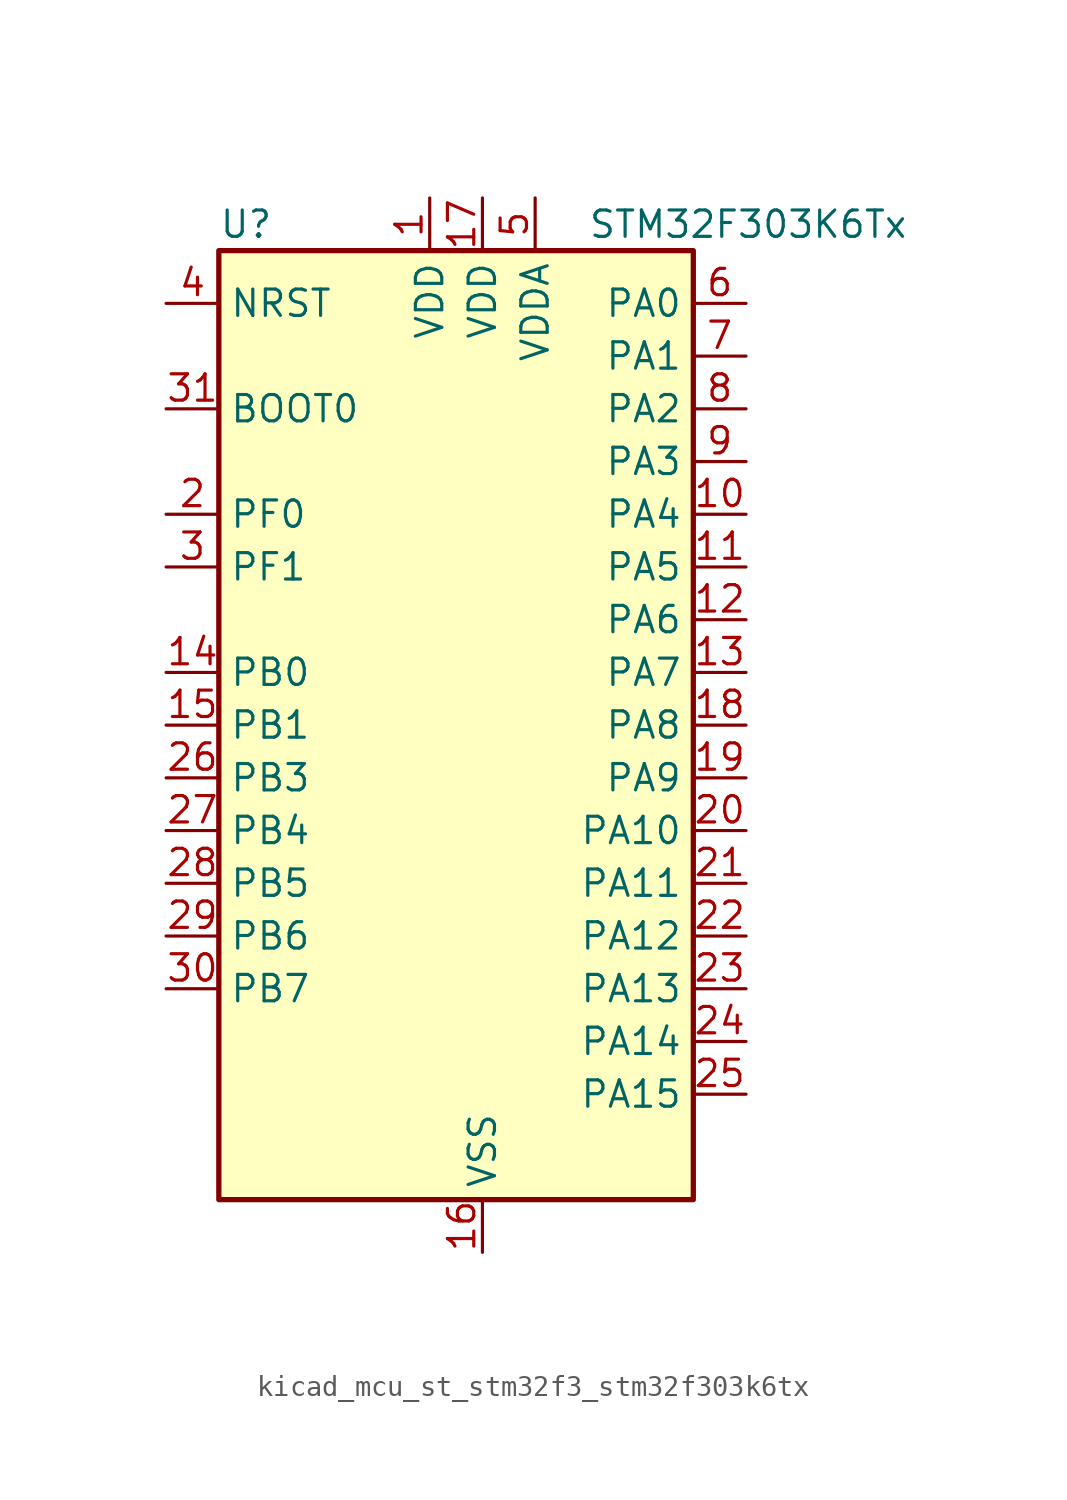
<source format=kicad_sym>
(kicad_symbol_lib
  (version 20220914)
  (generator kicad_symbol_editor)
  (symbol "kicad_mcu_st_stm32f3_stm32f303k6tx"
    (property "Reference" "U"
      (at -10.16 24.13 0)
      (effects (font (size 1.27 1.27)) (justify left)))
    (property "Value" "STM32F303K6Tx"
      (at 7.62 24.13 0)
      (effects (font (size 1.27 1.27)) (justify left)))
    (property "ki_locked" ""
      (at 0 0 0)
      (effects (font (size 1.27 1.27))))
    (symbol "kicad_mcu_st_stm32f3_stm32f303k6tx_0_1"
      (rectangle (start -10.16 -22.86) (end 12.7 22.86) (stroke (width 0.254) (type default)) (fill (type background))))
    (symbol "kicad_mcu_st_stm32f3_stm32f303k6tx_1_1"
      (pin power_in line (at 0 25.4 270) (length 2.54) (name "VDD" (effects (font (size 1.27 1.27)))) (number "1" (effects (font (size 1.27 1.27)))))
      (pin bidirectional line (at 15.24 10.16 180) (length 2.54) (name "PA4" (effects (font (size 1.27 1.27)))) (number "10" (effects (font (size 1.27 1.27)))) (alternate "ADC2_IN1" bidirectional line) (alternate "COMP2_INM" bidirectional line) (alternate "COMP4_INM" bidirectional line) (alternate "DAC1_OUT1" bidirectional line) (alternate "SPI1_NSS" bidirectional line) (alternate "TIM3_CH2" bidirectional line) (alternate "TSC_G2_IO1" bidirectional line) (alternate "USART2_CK" bidirectional line))
      (pin bidirectional line (at 15.24 7.62 180) (length 2.54) (name "PA5" (effects (font (size 1.27 1.27)))) (number "11" (effects (font (size 1.27 1.27)))) (alternate "ADC2_IN2" bidirectional line) (alternate "DAC1_OUT2" bidirectional line) (alternate "OPAMP2_VINM" bidirectional line) (alternate "OPAMP2_VINM_SEC" bidirectional line) (alternate "SPI1_SCK" bidirectional line) (alternate "TIM2_CH1" bidirectional line) (alternate "TIM2_ETR" bidirectional line) (alternate "TSC_G2_IO2" bidirectional line))
      (pin bidirectional line (at 15.24 5.08 180) (length 2.54) (name "PA6" (effects (font (size 1.27 1.27)))) (number "12" (effects (font (size 1.27 1.27)))) (alternate "ADC2_IN3" bidirectional line) (alternate "DAC2_OUT1" bidirectional line) (alternate "OPAMP2_VOUT" bidirectional line) (alternate "SPI1_MISO" bidirectional line) (alternate "TIM16_CH1" bidirectional line) (alternate "TIM1_BKIN" bidirectional line) (alternate "TIM3_CH1" bidirectional line) (alternate "TSC_G2_IO3" bidirectional line))
      (pin bidirectional line (at 15.24 2.54 180) (length 2.54) (name "PA7" (effects (font (size 1.27 1.27)))) (number "13" (effects (font (size 1.27 1.27)))) (alternate "ADC2_IN4" bidirectional line) (alternate "COMP2_INP" bidirectional line) (alternate "OPAMP2_VINP" bidirectional line) (alternate "OPAMP2_VINP_SEC" bidirectional line) (alternate "SPI1_MOSI" bidirectional line) (alternate "TIM17_CH1" bidirectional line) (alternate "TIM1_CH1N" bidirectional line) (alternate "TIM3_CH2" bidirectional line) (alternate "TSC_G2_IO4" bidirectional line))
      (pin bidirectional line (at -12.7 2.54 0) (length 2.54) (name "PB0" (effects (font (size 1.27 1.27)))) (number "14" (effects (font (size 1.27 1.27)))) (alternate "ADC1_IN11" bidirectional line) (alternate "COMP4_INP" bidirectional line) (alternate "OPAMP2_VINP" bidirectional line) (alternate "OPAMP2_VINP_SEC" bidirectional line) (alternate "TIM1_CH2N" bidirectional line) (alternate "TIM3_CH3" bidirectional line) (alternate "TSC_G3_IO2" bidirectional line))
      (pin bidirectional line (at -12.7 0 0) (length 2.54) (name "PB1" (effects (font (size 1.27 1.27)))) (number "15" (effects (font (size 1.27 1.27)))) (alternate "ADC1_IN12" bidirectional line) (alternate "COMP4_OUT" bidirectional line) (alternate "TIM1_CH3N" bidirectional line) (alternate "TIM3_CH4" bidirectional line) (alternate "TSC_G3_IO3" bidirectional line))
      (pin power_in line (at 2.54 -25.4 90) (length 2.54) (name "VSS" (effects (font (size 1.27 1.27)))) (number "16" (effects (font (size 1.27 1.27)))))
      (pin power_in line (at 2.54 25.4 270) (length 2.54) (name "VDD" (effects (font (size 1.27 1.27)))) (number "17" (effects (font (size 1.27 1.27)))))
      (pin bidirectional line (at 15.24 0 180) (length 2.54) (name "PA8" (effects (font (size 1.27 1.27)))) (number "18" (effects (font (size 1.27 1.27)))) (alternate "RCC_MCO" bidirectional line) (alternate "TIM1_CH1" bidirectional line) (alternate "USART1_CK" bidirectional line))
      (pin bidirectional line (at 15.24 -2.54 180) (length 2.54) (name "PA9" (effects (font (size 1.27 1.27)))) (number "19" (effects (font (size 1.27 1.27)))) (alternate "DAC1_EXTI9" bidirectional line) (alternate "DAC2_EXTI9" bidirectional line) (alternate "TIM15_BKIN" bidirectional line) (alternate "TIM1_CH2" bidirectional line) (alternate "TIM2_CH3" bidirectional line) (alternate "TSC_G4_IO1" bidirectional line) (alternate "USART1_TX" bidirectional line))
      (pin bidirectional line (at -12.7 10.16 0) (length 2.54) (name "PF0" (effects (font (size 1.27 1.27)))) (number "2" (effects (font (size 1.27 1.27)))) (alternate "RCC_OSC_IN" bidirectional line) (alternate "TIM1_CH3N" bidirectional line))
      (pin bidirectional line (at 15.24 -5.08 180) (length 2.54) (name "PA10" (effects (font (size 1.27 1.27)))) (number "20" (effects (font (size 1.27 1.27)))) (alternate "TIM17_BKIN" bidirectional line) (alternate "TIM1_CH3" bidirectional line) (alternate "TIM2_CH4" bidirectional line) (alternate "TSC_G4_IO2" bidirectional line) (alternate "USART1_RX" bidirectional line))
      (pin bidirectional line (at 15.24 -7.62 180) (length 2.54) (name "PA11" (effects (font (size 1.27 1.27)))) (number "21" (effects (font (size 1.27 1.27)))) (alternate "CAN_RX" bidirectional line) (alternate "TIM1_BKIN2" bidirectional line) (alternate "TIM1_CH1N" bidirectional line) (alternate "TIM1_CH4" bidirectional line) (alternate "USART1_CTS" bidirectional line))
      (pin bidirectional line (at 15.24 -10.16 180) (length 2.54) (name "PA12" (effects (font (size 1.27 1.27)))) (number "22" (effects (font (size 1.27 1.27)))) (alternate "CAN_TX" bidirectional line) (alternate "COMP2_OUT" bidirectional line) (alternate "TIM16_CH1" bidirectional line) (alternate "TIM1_CH2N" bidirectional line) (alternate "TIM1_ETR" bidirectional line) (alternate "USART1_DE" bidirectional line) (alternate "USART1_RTS" bidirectional line))
      (pin bidirectional line (at 15.24 -12.7 180) (length 2.54) (name "PA13" (effects (font (size 1.27 1.27)))) (number "23" (effects (font (size 1.27 1.27)))) (alternate "IR_OUT" bidirectional line) (alternate "SYS_JTMS-SWDIO" bidirectional line) (alternate "TIM16_CH1N" bidirectional line) (alternate "TSC_G4_IO3" bidirectional line))
      (pin bidirectional line (at 15.24 -15.24 180) (length 2.54) (name "PA14" (effects (font (size 1.27 1.27)))) (number "24" (effects (font (size 1.27 1.27)))) (alternate "I2C1_SDA" bidirectional line) (alternate "SYS_JTCK-SWCLK" bidirectional line) (alternate "TIM1_BKIN" bidirectional line) (alternate "TSC_G4_IO4" bidirectional line) (alternate "USART2_TX" bidirectional line))
      (pin bidirectional line (at 15.24 -17.78 180) (length 2.54) (name "PA15" (effects (font (size 1.27 1.27)))) (number "25" (effects (font (size 1.27 1.27)))) (alternate "I2C1_SCL" bidirectional line) (alternate "SPI1_NSS" bidirectional line) (alternate "SYS_JTDI" bidirectional line) (alternate "TIM1_BKIN" bidirectional line) (alternate "TIM2_CH1" bidirectional line) (alternate "TIM2_ETR" bidirectional line) (alternate "TSC_SYNC" bidirectional line) (alternate "USART2_RX" bidirectional line))
      (pin bidirectional line (at -12.7 -2.54 0) (length 2.54) (name "PB3" (effects (font (size 1.27 1.27)))) (number "26" (effects (font (size 1.27 1.27)))) (alternate "SPI1_SCK" bidirectional line) (alternate "SYS_JTDO-TRACESWO" bidirectional line) (alternate "TIM2_CH2" bidirectional line) (alternate "TIM3_ETR" bidirectional line) (alternate "TSC_G5_IO1" bidirectional line) (alternate "USART2_TX" bidirectional line))
      (pin bidirectional line (at -12.7 -5.08 0) (length 2.54) (name "PB4" (effects (font (size 1.27 1.27)))) (number "27" (effects (font (size 1.27 1.27)))) (alternate "SPI1_MISO" bidirectional line) (alternate "SYS_NJTRST" bidirectional line) (alternate "TIM16_CH1" bidirectional line) (alternate "TIM17_BKIN" bidirectional line) (alternate "TIM3_CH1" bidirectional line) (alternate "TSC_G5_IO2" bidirectional line) (alternate "USART2_RX" bidirectional line))
      (pin bidirectional line (at -12.7 -7.62 0) (length 2.54) (name "PB5" (effects (font (size 1.27 1.27)))) (number "28" (effects (font (size 1.27 1.27)))) (alternate "I2C1_SMBA" bidirectional line) (alternate "SPI1_MOSI" bidirectional line) (alternate "TIM16_BKIN" bidirectional line) (alternate "TIM17_CH1" bidirectional line) (alternate "TIM3_CH2" bidirectional line) (alternate "USART2_CK" bidirectional line))
      (pin bidirectional line (at -12.7 -10.16 0) (length 2.54) (name "PB6" (effects (font (size 1.27 1.27)))) (number "29" (effects (font (size 1.27 1.27)))) (alternate "I2C1_SCL" bidirectional line) (alternate "TIM16_CH1N" bidirectional line) (alternate "TSC_G5_IO3" bidirectional line) (alternate "USART1_TX" bidirectional line))
      (pin bidirectional line (at -12.7 7.62 0) (length 2.54) (name "PF1" (effects (font (size 1.27 1.27)))) (number "3" (effects (font (size 1.27 1.27)))) (alternate "RCC_OSC_OUT" bidirectional line))
      (pin bidirectional line (at -12.7 -12.7 0) (length 2.54) (name "PB7" (effects (font (size 1.27 1.27)))) (number "30" (effects (font (size 1.27 1.27)))) (alternate "I2C1_SDA" bidirectional line) (alternate "TIM17_CH1N" bidirectional line) (alternate "TIM3_CH4" bidirectional line) (alternate "TSC_G5_IO4" bidirectional line) (alternate "USART1_RX" bidirectional line))
      (pin input line (at -12.7 15.24 0) (length 2.54) (name "BOOT0" (effects (font (size 1.27 1.27)))) (number "31" (effects (font (size 1.27 1.27)))))
      (pin passive line (at 2.54 -25.4 90) (length 2.54) hide (name "VSS" (effects (font (size 1.27 1.27)))) (number "32" (effects (font (size 1.27 1.27)))))
      (pin input line (at -12.7 20.32 0) (length 2.54) (name "NRST" (effects (font (size 1.27 1.27)))) (number "4" (effects (font (size 1.27 1.27)))))
      (pin power_in line (at 5.08 25.4 270) (length 2.54) (name "VDDA" (effects (font (size 1.27 1.27)))) (number "5" (effects (font (size 1.27 1.27)))))
      (pin bidirectional line (at 15.24 20.32 180) (length 2.54) (name "PA0" (effects (font (size 1.27 1.27)))) (number "6" (effects (font (size 1.27 1.27)))) (alternate "ADC1_IN1" bidirectional line) (alternate "RTC_TAMP2" bidirectional line) (alternate "SYS_WKUP1" bidirectional line) (alternate "TIM2_CH1" bidirectional line) (alternate "TIM2_ETR" bidirectional line) (alternate "TSC_G1_IO1" bidirectional line) (alternate "USART2_CTS" bidirectional line))
      (pin bidirectional line (at 15.24 17.78 180) (length 2.54) (name "PA1" (effects (font (size 1.27 1.27)))) (number "7" (effects (font (size 1.27 1.27)))) (alternate "ADC1_IN2" bidirectional line) (alternate "RTC_REFIN" bidirectional line) (alternate "TIM15_CH1N" bidirectional line) (alternate "TIM2_CH2" bidirectional line) (alternate "TSC_G1_IO2" bidirectional line) (alternate "USART2_DE" bidirectional line) (alternate "USART2_RTS" bidirectional line))
      (pin bidirectional line (at 15.24 15.24 180) (length 2.54) (name "PA2" (effects (font (size 1.27 1.27)))) (number "8" (effects (font (size 1.27 1.27)))) (alternate "ADC1_IN3" bidirectional line) (alternate "COMP2_INM" bidirectional line) (alternate "COMP2_OUT" bidirectional line) (alternate "TIM15_CH1" bidirectional line) (alternate "TIM2_CH3" bidirectional line) (alternate "TSC_G1_IO3" bidirectional line) (alternate "USART2_TX" bidirectional line))
      (pin bidirectional line (at 15.24 12.7 180) (length 2.54) (name "PA3" (effects (font (size 1.27 1.27)))) (number "9" (effects (font (size 1.27 1.27)))) (alternate "ADC1_IN4" bidirectional line) (alternate "TIM15_CH2" bidirectional line) (alternate "TIM2_CH4" bidirectional line) (alternate "TSC_G1_IO4" bidirectional line) (alternate "USART2_RX" bidirectional line)))))
</source>
